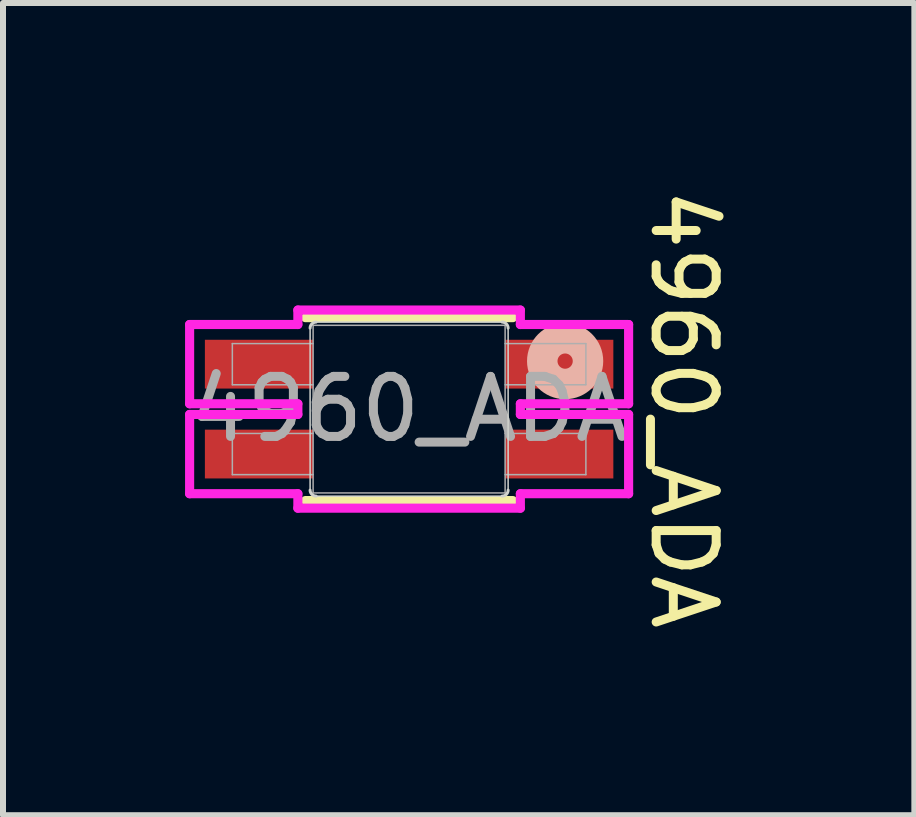
<source format=kicad_pcb>
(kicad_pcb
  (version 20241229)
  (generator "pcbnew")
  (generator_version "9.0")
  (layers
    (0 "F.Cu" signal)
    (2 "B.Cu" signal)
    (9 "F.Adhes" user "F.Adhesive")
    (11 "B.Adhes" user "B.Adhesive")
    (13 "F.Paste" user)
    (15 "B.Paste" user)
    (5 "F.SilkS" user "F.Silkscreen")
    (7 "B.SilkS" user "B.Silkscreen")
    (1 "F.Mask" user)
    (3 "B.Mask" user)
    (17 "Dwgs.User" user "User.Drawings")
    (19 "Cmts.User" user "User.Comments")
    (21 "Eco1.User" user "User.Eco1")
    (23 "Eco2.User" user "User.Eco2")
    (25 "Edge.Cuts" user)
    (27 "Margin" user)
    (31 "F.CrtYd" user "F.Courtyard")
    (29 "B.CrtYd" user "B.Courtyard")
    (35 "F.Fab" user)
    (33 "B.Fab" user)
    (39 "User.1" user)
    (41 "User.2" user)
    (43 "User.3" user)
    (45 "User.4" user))
  (footprint "4960_ADA"
    (layer "F.Cu")
    (at 3.768 3.768)
    (property "Reference" "4960_ADA" (at 4.572 0 270) (unlocked yes) (layer "F.SilkS") (effects (font (size 1 1) (thickness 0.15))))
    (attr smd)
    (fp_line (start -1.727 -1.524) (end 1.727 -1.524) (stroke (width 0.152) (type solid)) (layer "F.SilkS"))
    (fp_line (start 1.727 1.524) (end -1.727 1.524) (stroke (width 0.152) (type solid)) (layer "F.SilkS"))
    (fp_circle (center 2.6 -0.8) (end 2.981 -0.8) (stroke (width 0.508) (type solid)) (fill no) (layer "B.SilkS"))
    (fp_line (start -1.65 -1.35) (end -1.65 1.35) (stroke (width 0.025) (type solid)) (layer "Edge.Cuts"))
    (fp_line (start -1.55 -1.45) (end 1.55 -1.45) (stroke (width 0.025) (type solid)) (layer "Edge.Cuts"))
    (fp_line (start -1.55 1.45) (end 1.55 1.45) (stroke (width 0.025) (type solid)) (layer "Edge.Cuts"))
    (fp_line (start 1.65 1.35) (end 1.65 -1.35) (stroke (width 0.025) (type solid)) (layer "Edge.Cuts"))
    (fp_arc (start -1.65 -1.35) (mid -1.620711 -1.420711) (end -1.55 -1.45) (stroke (width 0.05) (type default)) (layer "Edge.Cuts"))
    (fp_arc (start -1.55 1.45) (mid -1.620711 1.420711) (end -1.65 1.35) (stroke (width 0.05) (type default)) (layer "Edge.Cuts"))
    (fp_arc (start 1.55 -1.45) (mid 1.620711 -1.420711) (end 1.65 -1.35) (stroke (width 0.05) (type default)) (layer "Edge.Cuts"))
    (fp_arc (start 1.65 1.35) (mid 1.620711 1.420711) (end 1.55 1.45) (stroke (width 0.05) (type default)) (layer "Edge.Cuts"))
    (fp_line (start -3.658 -1.41) (end -3.658 -0.089) (stroke (width 0.152) (type solid)) (layer "F.CrtYd"))
    (fp_line (start -3.658 -0.089) (end -1.854 -0.089) (stroke (width 0.152) (type solid)) (layer "F.CrtYd"))
    (fp_line (start -3.658 0.089) (end -3.658 1.41) (stroke (width 0.152) (type solid)) (layer "F.CrtYd"))
    (fp_line (start -3.658 1.41) (end -1.854 1.41) (stroke (width 0.152) (type solid)) (layer "F.CrtYd"))
    (fp_line (start -1.854 -1.651) (end -1.854 -1.41) (stroke (width 0.152) (type solid)) (layer "F.CrtYd"))
    (fp_line (start -1.854 -1.41) (end -3.658 -1.41) (stroke (width 0.152) (type solid)) (layer "F.CrtYd"))
    (fp_line (start -1.854 -0.089) (end -1.854 0.089) (stroke (width 0.152) (type solid)) (layer "F.CrtYd"))
    (fp_line (start -1.854 0.089) (end -3.658 0.089) (stroke (width 0.152) (type solid)) (layer "F.CrtYd"))
    (fp_line (start -1.854 1.41) (end -1.854 1.651) (stroke (width 0.152) (type solid)) (layer "F.CrtYd"))
    (fp_line (start -1.854 1.651) (end 1.854 1.651) (stroke (width 0.152) (type solid)) (layer "F.CrtYd"))
    (fp_line (start 1.854 -1.651) (end -1.854 -1.651) (stroke (width 0.152) (type solid)) (layer "F.CrtYd"))
    (fp_line (start 1.854 -1.41) (end 1.854 -1.651) (stroke (width 0.152) (type solid)) (layer "F.CrtYd"))
    (fp_line (start 1.854 -0.089) (end 3.658 -0.089) (stroke (width 0.152) (type solid)) (layer "F.CrtYd"))
    (fp_line (start 1.854 0.089) (end 1.854 -0.089) (stroke (width 0.152) (type solid)) (layer "F.CrtYd"))
    (fp_line (start 1.854 1.41) (end 3.658 1.41) (stroke (width 0.152) (type solid)) (layer "F.CrtYd"))
    (fp_line (start 1.854 1.651) (end 1.854 1.41) (stroke (width 0.152) (type solid)) (layer "F.CrtYd"))
    (fp_line (start 3.658 -1.41) (end 1.854 -1.41) (stroke (width 0.152) (type solid)) (layer "F.CrtYd"))
    (fp_line (start 3.658 -0.089) (end 3.658 -1.41) (stroke (width 0.152) (type solid)) (layer "F.CrtYd"))
    (fp_line (start 3.658 0.089) (end 1.854 0.089) (stroke (width 0.152) (type solid)) (layer "F.CrtYd"))
    (fp_line (start 3.658 1.41) (end 3.658 0.089) (stroke (width 0.152) (type solid)) (layer "F.CrtYd"))
    (fp_line (start -2.946 -1.092) (end -2.946 -0.406) (stroke (width 0.025) (type solid)) (layer "F.Fab"))
    (fp_line (start -2.946 -0.406) (end -1.6 -0.406) (stroke (width 0.025) (type solid)) (layer "F.Fab"))
    (fp_line (start -2.946 0.406) (end -2.946 1.092) (stroke (width 0.025) (type solid)) (layer "F.Fab"))
    (fp_line (start -2.946 1.092) (end -1.6 1.092) (stroke (width 0.025) (type solid)) (layer "F.Fab"))
    (fp_line (start -1.6 -1.397) (end -1.6 1.397) (stroke (width 0.025) (type solid)) (layer "F.Fab"))
    (fp_line (start -1.6 -1.092) (end -2.946 -1.092) (stroke (width 0.025) (type solid)) (layer "F.Fab"))
    (fp_line (start -1.6 0.406) (end -2.946 0.406) (stroke (width 0.025) (type solid)) (layer "F.Fab"))
    (fp_line (start -1.6 1.397) (end 1.6 1.397) (stroke (width 0.025) (type solid)) (layer "F.Fab"))
    (fp_line (start 1.6 -1.397) (end -1.6 -1.397) (stroke (width 0.025) (type solid)) (layer "F.Fab"))
    (fp_line (start 1.6 -0.406) (end 2.946 -0.406) (stroke (width 0.025) (type solid)) (layer "F.Fab"))
    (fp_line (start 1.6 1.092) (end 2.946 1.092) (stroke (width 0.025) (type solid)) (layer "F.Fab"))
    (fp_line (start 1.6 1.397) (end 1.6 -1.397) (stroke (width 0.025) (type solid)) (layer "F.Fab"))
    (fp_line (start 2.946 -1.092) (end 1.6 -1.092) (stroke (width 0.025) (type solid)) (layer "F.Fab"))
    (fp_line (start 2.946 -0.406) (end 2.946 -1.092) (stroke (width 0.025) (type solid)) (layer "F.Fab"))
    (fp_line (start 2.946 0.406) (end 1.6 0.406) (stroke (width 0.025) (type solid)) (layer "F.Fab"))
    (fp_line (start 2.946 1.092) (end 2.946 0.406) (stroke (width 0.025) (type solid)) (layer "F.Fab"))
    (fp_text user "${REFERENCE}" (at 0 0 0) (unlocked yes) (layer "F.Fab") (effects (font (size 1 1) (thickness 0.15))))
    (pad "1" smd rect (at -2.502 0.749) (size 1.803 0.813) (layers "F.Cu" "F.Mask" "F.Paste"))
    (pad "2" smd rect (at -2.502 -0.749) (size 1.803 0.813) (layers "F.Cu" "F.Mask" "F.Paste"))
    (pad "3" smd rect (at 2.502 -0.749) (size 1.803 0.813) (layers "F.Cu" "F.Mask" "F.Paste"))
    (pad "4" smd rect (at 2.502 0.749) (size 1.803 0.813) (layers "F.Cu" "F.Mask" "F.Paste")))
  (gr_rect
    (start -3 -3)
    (end 12.188 10.536)
    (stroke (width 0.1) (type default))
    (fill no)
    (layer "Edge.Cuts")))
</source>
